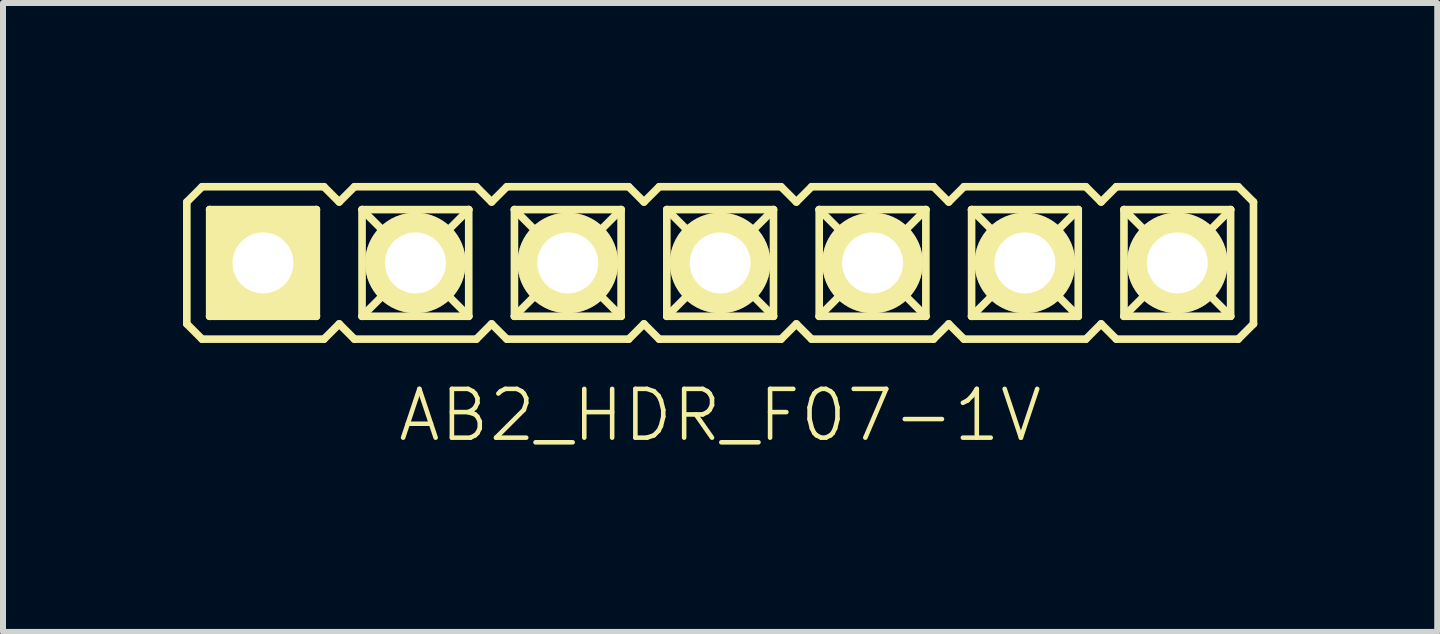
<source format=kicad_pcb>
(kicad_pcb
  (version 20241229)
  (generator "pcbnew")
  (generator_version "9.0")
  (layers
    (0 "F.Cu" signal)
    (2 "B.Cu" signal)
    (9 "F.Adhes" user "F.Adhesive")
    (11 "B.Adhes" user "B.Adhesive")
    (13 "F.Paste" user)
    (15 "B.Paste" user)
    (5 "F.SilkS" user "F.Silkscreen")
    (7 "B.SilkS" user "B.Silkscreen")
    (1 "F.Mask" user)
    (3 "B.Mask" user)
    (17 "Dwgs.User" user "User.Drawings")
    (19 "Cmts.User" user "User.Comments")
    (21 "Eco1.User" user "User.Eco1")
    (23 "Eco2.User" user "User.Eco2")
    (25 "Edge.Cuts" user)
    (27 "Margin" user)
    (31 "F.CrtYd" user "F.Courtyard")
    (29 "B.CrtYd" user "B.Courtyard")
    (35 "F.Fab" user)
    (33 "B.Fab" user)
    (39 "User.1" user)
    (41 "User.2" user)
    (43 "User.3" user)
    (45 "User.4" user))
  (footprint "AB2_HDR_F07-1V"
    (layer "F.Cu")
    (at 8.954 1.333)
    (property "Reference" "AB2_HDR_F07-1V" (at 0 2.54 0) (layer "F.SilkS") (effects (font (size 0.813 0.813) (thickness 0.076))))
    (attr through_hole)
    (fp_line (start -8.89 -1.016) (end -8.636 -1.27) (stroke (width 0.127) (type solid)) (layer "F.SilkS"))
    (fp_line (start -8.89 1.016) (end -8.89 -1.016) (stroke (width 0.127) (type solid)) (layer "F.SilkS"))
    (fp_line (start -8.636 -1.27) (end -6.604 -1.27) (stroke (width 0.127) (type solid)) (layer "F.SilkS"))
    (fp_line (start -8.636 1.27) (end -8.89 1.016) (stroke (width 0.127) (type solid)) (layer "F.SilkS"))
    (fp_line (start -8.509 -0.889) (end -6.731 -0.889) (stroke (width 0.127) (type solid)) (layer "F.SilkS"))
    (fp_line (start -8.509 0.889) (end -8.509 -0.889) (stroke (width 0.127) (type solid)) (layer "F.SilkS"))
    (fp_line (start -8.128 -0.508) (end -8.509 -0.889) (stroke (width 0.127) (type solid)) (layer "F.SilkS"))
    (fp_line (start -8.128 -0.508) (end -7.112 -0.508) (stroke (width 0.127) (type solid)) (layer "F.SilkS"))
    (fp_line (start -8.128 0.508) (end -8.509 0.889) (stroke (width 0.127) (type solid)) (layer "F.SilkS"))
    (fp_line (start -8.128 0.508) (end -8.128 -0.508) (stroke (width 0.127) (type solid)) (layer "F.SilkS"))
    (fp_line (start -7.112 -0.508) (end -7.112 0.508) (stroke (width 0.127) (type solid)) (layer "F.SilkS"))
    (fp_line (start -7.112 -0.508) (end -6.731 -0.889) (stroke (width 0.127) (type solid)) (layer "F.SilkS"))
    (fp_line (start -7.112 0.508) (end -8.128 0.508) (stroke (width 0.127) (type solid)) (layer "F.SilkS"))
    (fp_line (start -7.112 0.508) (end -6.731 0.889) (stroke (width 0.127) (type solid)) (layer "F.SilkS"))
    (fp_line (start -6.731 -0.889) (end -6.731 0.889) (stroke (width 0.127) (type solid)) (layer "F.SilkS"))
    (fp_line (start -6.731 0.889) (end -8.509 0.889) (stroke (width 0.127) (type solid)) (layer "F.SilkS"))
    (fp_line (start -6.604 -1.27) (end -6.35 -1.016) (stroke (width 0.127) (type solid)) (layer "F.SilkS"))
    (fp_line (start -6.604 1.27) (end -8.636 1.27) (stroke (width 0.127) (type solid)) (layer "F.SilkS"))
    (fp_line (start -6.35 -1.016) (end -6.096 -1.27) (stroke (width 0.127) (type solid)) (layer "F.SilkS"))
    (fp_line (start -6.35 1.016) (end -6.604 1.27) (stroke (width 0.127) (type solid)) (layer "F.SilkS"))
    (fp_line (start -6.096 -1.27) (end -4.064 -1.27) (stroke (width 0.127) (type solid)) (layer "F.SilkS"))
    (fp_line (start -6.096 1.27) (end -6.35 1.016) (stroke (width 0.127) (type solid)) (layer "F.SilkS"))
    (fp_line (start -5.969 -0.889) (end -4.191 -0.889) (stroke (width 0.127) (type solid)) (layer "F.SilkS"))
    (fp_line (start -5.969 0.889) (end -5.969 -0.889) (stroke (width 0.127) (type solid)) (layer "F.SilkS"))
    (fp_line (start -5.588 -0.508) (end -5.969 -0.889) (stroke (width 0.127) (type solid)) (layer "F.SilkS"))
    (fp_line (start -5.588 -0.508) (end -4.572 -0.508) (stroke (width 0.127) (type solid)) (layer "F.SilkS"))
    (fp_line (start -5.588 0.508) (end -5.969 0.889) (stroke (width 0.127) (type solid)) (layer "F.SilkS"))
    (fp_line (start -5.588 0.508) (end -5.588 -0.508) (stroke (width 0.127) (type solid)) (layer "F.SilkS"))
    (fp_line (start -4.572 -0.508) (end -4.572 0.508) (stroke (width 0.127) (type solid)) (layer "F.SilkS"))
    (fp_line (start -4.572 -0.508) (end -4.191 -0.889) (stroke (width 0.127) (type solid)) (layer "F.SilkS"))
    (fp_line (start -4.572 0.508) (end -5.588 0.508) (stroke (width 0.127) (type solid)) (layer "F.SilkS"))
    (fp_line (start -4.572 0.508) (end -4.191 0.889) (stroke (width 0.127) (type solid)) (layer "F.SilkS"))
    (fp_line (start -4.191 -0.889) (end -4.191 0.889) (stroke (width 0.127) (type solid)) (layer "F.SilkS"))
    (fp_line (start -4.191 0.889) (end -5.969 0.889) (stroke (width 0.127) (type solid)) (layer "F.SilkS"))
    (fp_line (start -4.064 -1.27) (end -3.81 -1.016) (stroke (width 0.127) (type solid)) (layer "F.SilkS"))
    (fp_line (start -4.064 1.27) (end -6.096 1.27) (stroke (width 0.127) (type solid)) (layer "F.SilkS"))
    (fp_line (start -3.81 -1.016) (end -3.556 -1.27) (stroke (width 0.127) (type solid)) (layer "F.SilkS"))
    (fp_line (start -3.81 1.016) (end -4.064 1.27) (stroke (width 0.127) (type solid)) (layer "F.SilkS"))
    (fp_line (start -3.556 -1.27) (end -1.524 -1.27) (stroke (width 0.127) (type solid)) (layer "F.SilkS"))
    (fp_line (start -3.556 1.27) (end -3.81 1.016) (stroke (width 0.127) (type solid)) (layer "F.SilkS"))
    (fp_line (start -3.429 -0.889) (end -1.651 -0.889) (stroke (width 0.127) (type solid)) (layer "F.SilkS"))
    (fp_line (start -3.429 0.889) (end -3.429 -0.889) (stroke (width 0.127) (type solid)) (layer "F.SilkS"))
    (fp_line (start -3.048 -0.508) (end -3.429 -0.889) (stroke (width 0.127) (type solid)) (layer "F.SilkS"))
    (fp_line (start -3.048 -0.508) (end -2.032 -0.508) (stroke (width 0.127) (type solid)) (layer "F.SilkS"))
    (fp_line (start -3.048 0.508) (end -3.429 0.889) (stroke (width 0.127) (type solid)) (layer "F.SilkS"))
    (fp_line (start -3.048 0.508) (end -3.048 -0.508) (stroke (width 0.127) (type solid)) (layer "F.SilkS"))
    (fp_line (start -2.032 -0.508) (end -2.032 0.508) (stroke (width 0.127) (type solid)) (layer "F.SilkS"))
    (fp_line (start -2.032 -0.508) (end -1.651 -0.889) (stroke (width 0.127) (type solid)) (layer "F.SilkS"))
    (fp_line (start -2.032 0.508) (end -3.048 0.508) (stroke (width 0.127) (type solid)) (layer "F.SilkS"))
    (fp_line (start -2.032 0.508) (end -1.651 0.889) (stroke (width 0.127) (type solid)) (layer "F.SilkS"))
    (fp_line (start -1.651 -0.889) (end -1.651 0.889) (stroke (width 0.127) (type solid)) (layer "F.SilkS"))
    (fp_line (start -1.651 0.889) (end -3.429 0.889) (stroke (width 0.127) (type solid)) (layer "F.SilkS"))
    (fp_line (start -1.524 -1.27) (end -1.27 -1.016) (stroke (width 0.127) (type solid)) (layer "F.SilkS"))
    (fp_line (start -1.524 1.27) (end -3.556 1.27) (stroke (width 0.127) (type solid)) (layer "F.SilkS"))
    (fp_line (start -1.27 -1.016) (end -1.016 -1.27) (stroke (width 0.127) (type solid)) (layer "F.SilkS"))
    (fp_line (start -1.27 1.016) (end -1.524 1.27) (stroke (width 0.127) (type solid)) (layer "F.SilkS"))
    (fp_line (start -1.016 -1.27) (end 1.016 -1.27) (stroke (width 0.127) (type solid)) (layer "F.SilkS"))
    (fp_line (start -1.016 1.27) (end -1.27 1.016) (stroke (width 0.127) (type solid)) (layer "F.SilkS"))
    (fp_line (start -0.889 -0.889) (end 0.889 -0.889) (stroke (width 0.127) (type solid)) (layer "F.SilkS"))
    (fp_line (start -0.889 0.889) (end -0.889 -0.889) (stroke (width 0.127) (type solid)) (layer "F.SilkS"))
    (fp_line (start -0.508 -0.508) (end -0.889 -0.889) (stroke (width 0.127) (type solid)) (layer "F.SilkS"))
    (fp_line (start -0.508 -0.508) (end 0.508 -0.508) (stroke (width 0.127) (type solid)) (layer "F.SilkS"))
    (fp_line (start -0.508 0.508) (end -0.889 0.889) (stroke (width 0.127) (type solid)) (layer "F.SilkS"))
    (fp_line (start -0.508 0.508) (end -0.508 -0.508) (stroke (width 0.127) (type solid)) (layer "F.SilkS"))
    (fp_line (start 0.508 -0.508) (end 0.508 0.508) (stroke (width 0.127) (type solid)) (layer "F.SilkS"))
    (fp_line (start 0.508 -0.508) (end 0.889 -0.889) (stroke (width 0.127) (type solid)) (layer "F.SilkS"))
    (fp_line (start 0.508 0.508) (end -0.508 0.508) (stroke (width 0.127) (type solid)) (layer "F.SilkS"))
    (fp_line (start 0.508 0.508) (end 0.889 0.889) (stroke (width 0.127) (type solid)) (layer "F.SilkS"))
    (fp_line (start 0.889 -0.889) (end 0.889 0.889) (stroke (width 0.127) (type solid)) (layer "F.SilkS"))
    (fp_line (start 0.889 0.889) (end -0.889 0.889) (stroke (width 0.127) (type solid)) (layer "F.SilkS"))
    (fp_line (start 1.016 -1.27) (end 1.27 -1.016) (stroke (width 0.127) (type solid)) (layer "F.SilkS"))
    (fp_line (start 1.016 1.27) (end -1.016 1.27) (stroke (width 0.127) (type solid)) (layer "F.SilkS"))
    (fp_line (start 1.27 -1.016) (end 1.524 -1.27) (stroke (width 0.127) (type solid)) (layer "F.SilkS"))
    (fp_line (start 1.27 1.016) (end 1.016 1.27) (stroke (width 0.127) (type solid)) (layer "F.SilkS"))
    (fp_line (start 1.524 -1.27) (end 3.556 -1.27) (stroke (width 0.127) (type solid)) (layer "F.SilkS"))
    (fp_line (start 1.524 1.27) (end 1.27 1.016) (stroke (width 0.127) (type solid)) (layer "F.SilkS"))
    (fp_line (start 1.651 -0.889) (end 3.429 -0.889) (stroke (width 0.127) (type solid)) (layer "F.SilkS"))
    (fp_line (start 1.651 0.889) (end 1.651 -0.889) (stroke (width 0.127) (type solid)) (layer "F.SilkS"))
    (fp_line (start 2.032 -0.508) (end 1.651 -0.889) (stroke (width 0.127) (type solid)) (layer "F.SilkS"))
    (fp_line (start 2.032 -0.508) (end 3.048 -0.508) (stroke (width 0.127) (type solid)) (layer "F.SilkS"))
    (fp_line (start 2.032 0.508) (end 1.651 0.889) (stroke (width 0.127) (type solid)) (layer "F.SilkS"))
    (fp_line (start 2.032 0.508) (end 2.032 -0.508) (stroke (width 0.127) (type solid)) (layer "F.SilkS"))
    (fp_line (start 3.048 -0.508) (end 3.048 0.508) (stroke (width 0.127) (type solid)) (layer "F.SilkS"))
    (fp_line (start 3.048 -0.508) (end 3.429 -0.889) (stroke (width 0.127) (type solid)) (layer "F.SilkS"))
    (fp_line (start 3.048 0.508) (end 2.032 0.508) (stroke (width 0.127) (type solid)) (layer "F.SilkS"))
    (fp_line (start 3.048 0.508) (end 3.429 0.889) (stroke (width 0.127) (type solid)) (layer "F.SilkS"))
    (fp_line (start 3.429 -0.889) (end 3.429 0.889) (stroke (width 0.127) (type solid)) (layer "F.SilkS"))
    (fp_line (start 3.429 0.889) (end 1.651 0.889) (stroke (width 0.127) (type solid)) (layer "F.SilkS"))
    (fp_line (start 3.556 -1.27) (end 3.81 -1.016) (stroke (width 0.127) (type solid)) (layer "F.SilkS"))
    (fp_line (start 3.556 1.27) (end 1.524 1.27) (stroke (width 0.127) (type solid)) (layer "F.SilkS"))
    (fp_line (start 3.81 -1.016) (end 4.064 -1.27) (stroke (width 0.127) (type solid)) (layer "F.SilkS"))
    (fp_line (start 3.81 1.016) (end 3.556 1.27) (stroke (width 0.127) (type solid)) (layer "F.SilkS"))
    (fp_line (start 4.064 -1.27) (end 6.096 -1.27) (stroke (width 0.127) (type solid)) (layer "F.SilkS"))
    (fp_line (start 4.064 1.27) (end 3.81 1.016) (stroke (width 0.127) (type solid)) (layer "F.SilkS"))
    (fp_line (start 4.191 -0.889) (end 5.969 -0.889) (stroke (width 0.127) (type solid)) (layer "F.SilkS"))
    (fp_line (start 4.191 0.889) (end 4.191 -0.889) (stroke (width 0.127) (type solid)) (layer "F.SilkS"))
    (fp_line (start 4.572 -0.508) (end 4.191 -0.889) (stroke (width 0.127) (type solid)) (layer "F.SilkS"))
    (fp_line (start 4.572 -0.508) (end 5.588 -0.508) (stroke (width 0.127) (type solid)) (layer "F.SilkS"))
    (fp_line (start 4.572 0.508) (end 4.191 0.889) (stroke (width 0.127) (type solid)) (layer "F.SilkS"))
    (fp_line (start 4.572 0.508) (end 4.572 -0.508) (stroke (width 0.127) (type solid)) (layer "F.SilkS"))
    (fp_line (start 5.588 -0.508) (end 5.588 0.508) (stroke (width 0.127) (type solid)) (layer "F.SilkS"))
    (fp_line (start 5.588 -0.508) (end 5.969 -0.889) (stroke (width 0.127) (type solid)) (layer "F.SilkS"))
    (fp_line (start 5.588 0.508) (end 4.572 0.508) (stroke (width 0.127) (type solid)) (layer "F.SilkS"))
    (fp_line (start 5.588 0.508) (end 5.969 0.889) (stroke (width 0.127) (type solid)) (layer "F.SilkS"))
    (fp_line (start 5.969 -0.889) (end 5.969 0.889) (stroke (width 0.127) (type solid)) (layer "F.SilkS"))
    (fp_line (start 5.969 0.889) (end 4.191 0.889) (stroke (width 0.127) (type solid)) (layer "F.SilkS"))
    (fp_line (start 6.096 -1.27) (end 6.35 -1.016) (stroke (width 0.127) (type solid)) (layer "F.SilkS"))
    (fp_line (start 6.096 1.27) (end 4.064 1.27) (stroke (width 0.127) (type solid)) (layer "F.SilkS"))
    (fp_line (start 6.35 -1.016) (end 6.604 -1.27) (stroke (width 0.127) (type solid)) (layer "F.SilkS"))
    (fp_line (start 6.35 1.016) (end 6.096 1.27) (stroke (width 0.127) (type solid)) (layer "F.SilkS"))
    (fp_line (start 6.604 -1.27) (end 8.636 -1.27) (stroke (width 0.127) (type solid)) (layer "F.SilkS"))
    (fp_line (start 6.604 1.27) (end 6.35 1.016) (stroke (width 0.127) (type solid)) (layer "F.SilkS"))
    (fp_line (start 6.731 -0.889) (end 8.509 -0.889) (stroke (width 0.127) (type solid)) (layer "F.SilkS"))
    (fp_line (start 6.731 0.889) (end 6.731 -0.889) (stroke (width 0.127) (type solid)) (layer "F.SilkS"))
    (fp_line (start 7.112 -0.508) (end 6.731 -0.889) (stroke (width 0.127) (type solid)) (layer "F.SilkS"))
    (fp_line (start 7.112 -0.508) (end 8.128 -0.508) (stroke (width 0.127) (type solid)) (layer "F.SilkS"))
    (fp_line (start 7.112 0.508) (end 6.731 0.889) (stroke (width 0.127) (type solid)) (layer "F.SilkS"))
    (fp_line (start 7.112 0.508) (end 7.112 -0.508) (stroke (width 0.127) (type solid)) (layer "F.SilkS"))
    (fp_line (start 8.128 -0.508) (end 8.128 0.508) (stroke (width 0.127) (type solid)) (layer "F.SilkS"))
    (fp_line (start 8.128 -0.508) (end 8.509 -0.889) (stroke (width 0.127) (type solid)) (layer "F.SilkS"))
    (fp_line (start 8.128 0.508) (end 7.112 0.508) (stroke (width 0.127) (type solid)) (layer "F.SilkS"))
    (fp_line (start 8.128 0.508) (end 8.509 0.889) (stroke (width 0.127) (type solid)) (layer "F.SilkS"))
    (fp_line (start 8.509 -0.889) (end 8.509 0.889) (stroke (width 0.127) (type solid)) (layer "F.SilkS"))
    (fp_line (start 8.509 0.889) (end 6.731 0.889) (stroke (width 0.127) (type solid)) (layer "F.SilkS"))
    (fp_line (start 8.636 -1.27) (end 8.89 -1.016) (stroke (width 0.127) (type solid)) (layer "F.SilkS"))
    (fp_line (start 8.636 1.27) (end 6.604 1.27) (stroke (width 0.127) (type solid)) (layer "F.SilkS"))
    (fp_line (start 8.89 -1.016) (end 8.89 1.016) (stroke (width 0.127) (type solid)) (layer "F.SilkS"))
    (fp_line (start 8.89 1.016) (end 8.636 1.27) (stroke (width 0.127) (type solid)) (layer "F.SilkS"))
    (pad "1" thru_hole rect (at -7.62 0) (size 1.676 1.676) (drill 1.016) (layers "*.Cu" "*.Mask" "F.SilkS"))
    (pad "2" thru_hole circle (at -5.08 0) (size 1.676 1.676) (drill 1.016) (layers "*.Cu" "*.Mask" "F.SilkS"))
    (pad "3" thru_hole circle (at -2.54 0) (size 1.676 1.676) (drill 1.016) (layers "*.Cu" "*.Mask" "F.SilkS"))
    (pad "4" thru_hole circle (at 0 0) (size 1.676 1.676) (drill 1.016) (layers "*.Cu" "*.Mask" "F.SilkS"))
    (pad "5" thru_hole circle (at 2.54 0) (size 1.676 1.676) (drill 1.016) (layers "*.Cu" "*.Mask" "F.SilkS"))
    (pad "6" thru_hole circle (at 5.08 0) (size 1.676 1.676) (drill 1.016) (layers "*.Cu" "*.Mask" "F.SilkS"))
    (pad "7" thru_hole circle (at 7.62 0) (size 1.676 1.676) (drill 1.016) (layers "*.Cu" "*.Mask" "F.SilkS")))
  (gr_rect
    (start -3 -3)
    (end 20.907 7.483)
    (stroke (width 0.1) (type default))
    (fill no)
    (layer "Edge.Cuts")))
</source>
